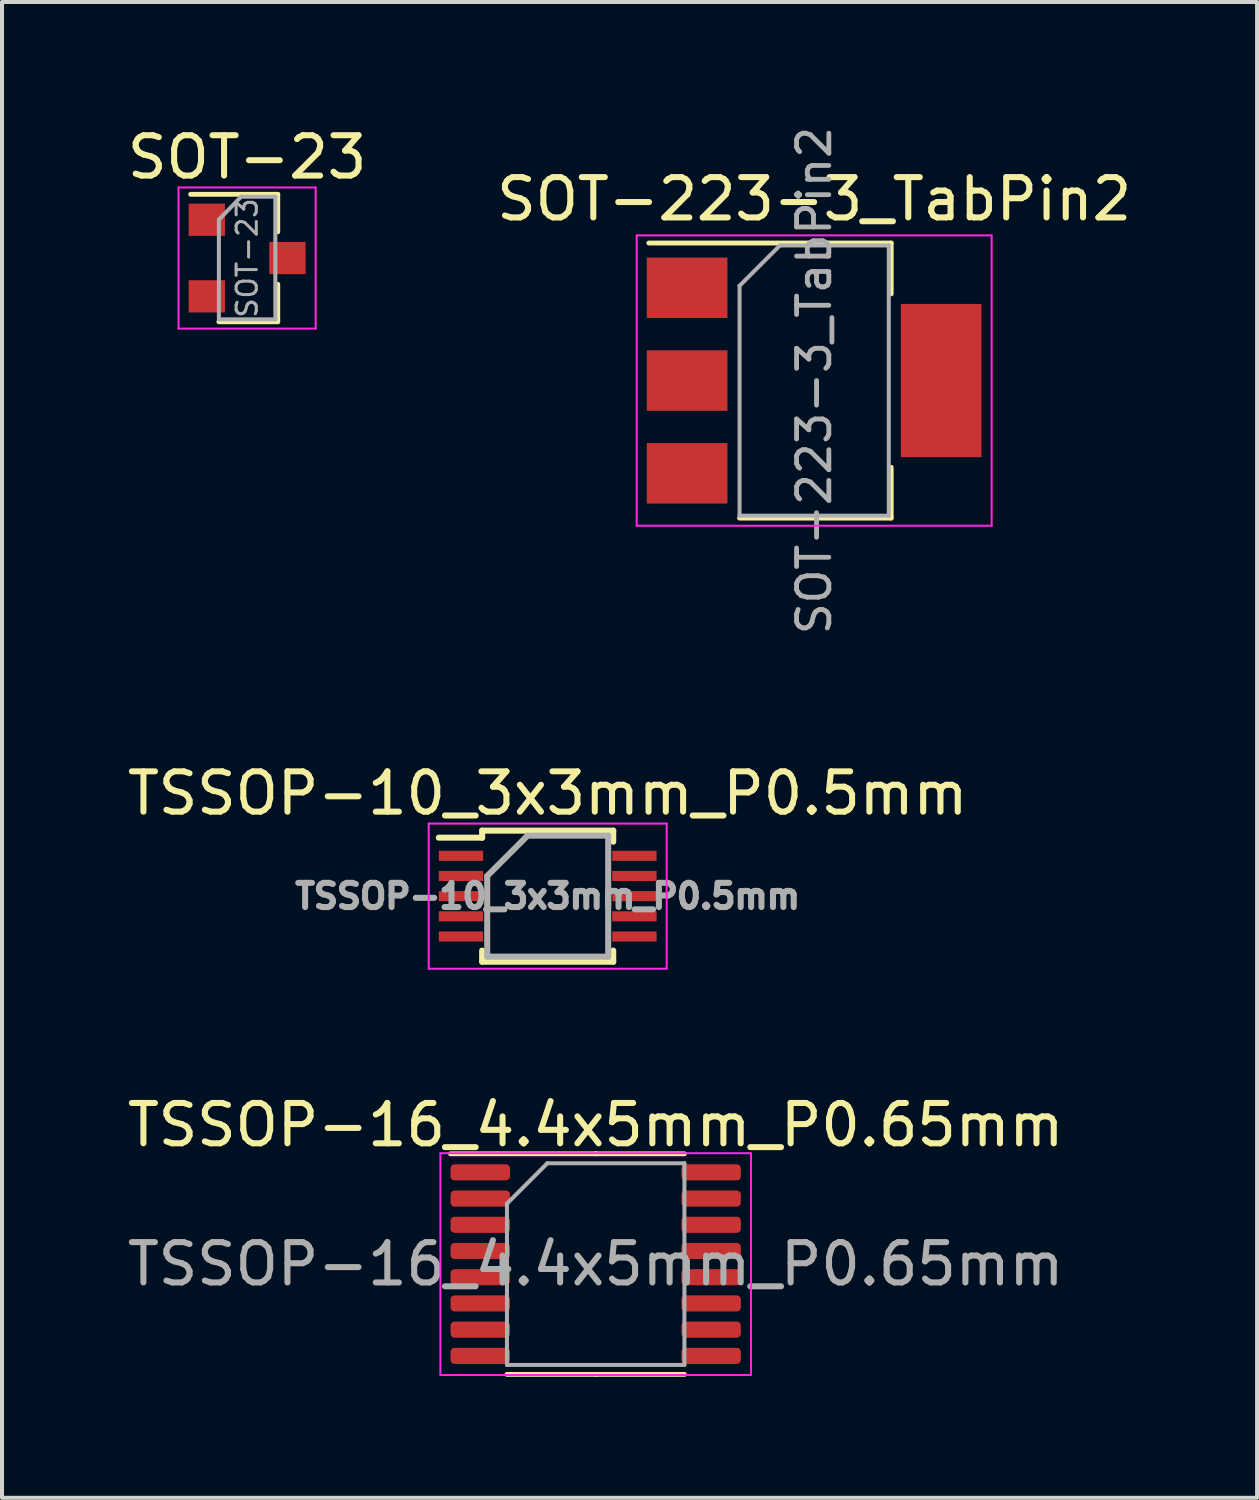
<source format=kicad_pcb>
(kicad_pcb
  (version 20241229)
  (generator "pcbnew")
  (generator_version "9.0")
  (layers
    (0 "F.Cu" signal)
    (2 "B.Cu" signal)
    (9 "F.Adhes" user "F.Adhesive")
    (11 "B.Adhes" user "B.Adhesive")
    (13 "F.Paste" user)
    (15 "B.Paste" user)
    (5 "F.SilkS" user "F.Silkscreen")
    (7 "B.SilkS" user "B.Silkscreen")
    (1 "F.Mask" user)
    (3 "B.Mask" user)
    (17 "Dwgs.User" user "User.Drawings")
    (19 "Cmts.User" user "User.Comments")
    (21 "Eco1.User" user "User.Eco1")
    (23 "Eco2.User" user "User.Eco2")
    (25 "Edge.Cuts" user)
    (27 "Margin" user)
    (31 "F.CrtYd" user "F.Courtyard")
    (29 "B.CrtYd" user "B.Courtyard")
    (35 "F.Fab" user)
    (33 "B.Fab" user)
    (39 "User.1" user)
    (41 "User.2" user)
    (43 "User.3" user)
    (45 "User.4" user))
  (footprint "SOT-223-3_TabPin2"
    (layer "F.Cu")
    (at 17.137 6.386)
    (property "Reference" "SOT-223-3_TabPin2" (at 0 -4.5 0) (layer "F.SilkS") (effects (font (size 1 1) (thickness 0.15))))
    (attr smd)
    (fp_line (start -4.1 -3.41) (end 1.91 -3.41) (stroke (width 0.12) (type solid)) (layer "F.SilkS"))
    (fp_line (start -1.85 3.41) (end 1.91 3.41) (stroke (width 0.12) (type solid)) (layer "F.SilkS"))
    (fp_line (start 1.91 -3.41) (end 1.91 -2.15) (stroke (width 0.12) (type solid)) (layer "F.SilkS"))
    (fp_line (start 1.91 3.41) (end 1.91 2.15) (stroke (width 0.12) (type solid)) (layer "F.SilkS"))
    (fp_line (start -4.4 -3.6) (end -4.4 3.6) (stroke (width 0.05) (type solid)) (layer "F.CrtYd"))
    (fp_line (start -4.4 3.6) (end 4.4 3.6) (stroke (width 0.05) (type solid)) (layer "F.CrtYd"))
    (fp_line (start 4.4 -3.6) (end -4.4 -3.6) (stroke (width 0.05) (type solid)) (layer "F.CrtYd"))
    (fp_line (start 4.4 3.6) (end 4.4 -3.6) (stroke (width 0.05) (type solid)) (layer "F.CrtYd"))
    (fp_line (start -1.85 -2.35) (end -1.85 3.35) (stroke (width 0.1) (type solid)) (layer "F.Fab"))
    (fp_line (start -1.85 -2.35) (end -0.85 -3.35) (stroke (width 0.1) (type solid)) (layer "F.Fab"))
    (fp_line (start -1.85 3.35) (end 1.85 3.35) (stroke (width 0.1) (type solid)) (layer "F.Fab"))
    (fp_line (start -0.85 -3.35) (end 1.85 -3.35) (stroke (width 0.1) (type solid)) (layer "F.Fab"))
    (fp_line (start 1.85 -3.35) (end 1.85 3.35) (stroke (width 0.1) (type solid)) (layer "F.Fab"))
    (fp_text user "${REFERENCE}" (at 0 0 90) (layer "F.Fab") (effects (font (size 0.8 0.8) (thickness 0.12))))
    (pad "1" smd rect (at -3.15 -2.3) (size 2 1.5) (layers "F.Cu" "F.Mask" "F.Paste"))
    (pad "2" smd rect (at -3.15 0) (size 2 1.5) (layers "F.Cu" "F.Mask" "F.Paste"))
    (pad "2" smd rect (at 3.15 0) (size 2 3.8) (layers "F.Cu" "F.Mask" "F.Paste"))
    (pad "3" smd rect (at -3.15 2.3) (size 2 1.5) (layers "F.Cu" "F.Mask" "F.Paste")))
  (footprint "TSSOP-10_3x3mm_P0.5mm"
    (layer "F.Cu")
    (at 10.53 19.17)
    (property "Reference" "TSSOP-10_3x3mm_P0.5mm" (at 0 -2.55 0) (layer "F.SilkS") (effects (font (size 1 1) (thickness 0.15))))
    (attr smd)
    (fp_line (start -1.625 -1.625) (end -1.625 -1.45) (stroke (width 0.15) (type solid)) (layer "F.SilkS"))
    (fp_line (start -1.625 -1.625) (end 1.625 -1.625) (stroke (width 0.15) (type solid)) (layer "F.SilkS"))
    (fp_line (start -1.625 -1.45) (end -2.7 -1.45) (stroke (width 0.15) (type solid)) (layer "F.SilkS"))
    (fp_line (start -1.625 1.625) (end -1.625 1.35) (stroke (width 0.15) (type solid)) (layer "F.SilkS"))
    (fp_line (start -1.625 1.625) (end 1.625 1.625) (stroke (width 0.15) (type solid)) (layer "F.SilkS"))
    (fp_line (start 1.625 -1.625) (end 1.625 -1.35) (stroke (width 0.15) (type solid)) (layer "F.SilkS"))
    (fp_line (start 1.625 1.625) (end 1.625 1.35) (stroke (width 0.15) (type solid)) (layer "F.SilkS"))
    (fp_line (start -2.95 -1.8) (end -2.95 1.8) (stroke (width 0.05) (type solid)) (layer "F.CrtYd"))
    (fp_line (start -2.95 -1.8) (end 2.95 -1.8) (stroke (width 0.05) (type solid)) (layer "F.CrtYd"))
    (fp_line (start -2.95 1.8) (end 2.95 1.8) (stroke (width 0.05) (type solid)) (layer "F.CrtYd"))
    (fp_line (start 2.95 -1.8) (end 2.95 1.8) (stroke (width 0.05) (type solid)) (layer "F.CrtYd"))
    (fp_line (start -1.5 -0.5) (end -0.5 -1.5) (stroke (width 0.15) (type solid)) (layer "F.Fab"))
    (fp_line (start -1.5 1.5) (end -1.5 -0.5) (stroke (width 0.15) (type solid)) (layer "F.Fab"))
    (fp_line (start -0.5 -1.5) (end 1.5 -1.5) (stroke (width 0.15) (type solid)) (layer "F.Fab"))
    (fp_line (start 1.5 -1.5) (end 1.5 1.5) (stroke (width 0.15) (type solid)) (layer "F.Fab"))
    (fp_line (start 1.5 1.5) (end -1.5 1.5) (stroke (width 0.15) (type solid)) (layer "F.Fab"))
    (fp_text user "${REFERENCE}" (at 0 0 0) (layer "F.Fab") (effects (font (size 0.6 0.6) (thickness 0.15))))
    (pad "1" smd rect (at -2.15 -1) (size 1.1 0.25) (layers "F.Cu" "F.Mask" "F.Paste"))
    (pad "2" smd rect (at -2.15 -0.5) (size 1.1 0.25) (layers "F.Cu" "F.Mask" "F.Paste"))
    (pad "3" smd rect (at -2.15 0) (size 1.1 0.25) (layers "F.Cu" "F.Mask" "F.Paste"))
    (pad "4" smd rect (at -2.15 0.5) (size 1.1 0.25) (layers "F.Cu" "F.Mask" "F.Paste"))
    (pad "5" smd rect (at -2.15 1) (size 1.1 0.25) (layers "F.Cu" "F.Mask" "F.Paste"))
    (pad "6" smd rect (at 2.15 1) (size 1.1 0.25) (layers "F.Cu" "F.Mask" "F.Paste"))
    (pad "7" smd rect (at 2.15 0.5) (size 1.1 0.25) (layers "F.Cu" "F.Mask" "F.Paste"))
    (pad "8" smd rect (at 2.15 0) (size 1.1 0.25) (layers "F.Cu" "F.Mask" "F.Paste"))
    (pad "9" smd rect (at 2.15 -0.5) (size 1.1 0.25) (layers "F.Cu" "F.Mask" "F.Paste"))
    (pad "10" smd rect (at 2.15 -1) (size 1.1 0.25) (layers "F.Cu" "F.Mask" "F.Paste")))
  (footprint "TSSOP-16_4.4x5mm_P0.65mm"
    (layer "F.Cu")
    (at 11.72 28.293)
    (property "Reference" "TSSOP-16_4.4x5mm_P0.65mm" (at 0 -3.45 0) (layer "F.SilkS") (effects (font (size 1 1) (thickness 0.15))))
    (attr smd)
    (fp_line (start 0 -2.735) (end -3.6 -2.735) (stroke (width 0.12) (type solid)) (layer "F.SilkS"))
    (fp_line (start 0 -2.735) (end 2.2 -2.735) (stroke (width 0.12) (type solid)) (layer "F.SilkS"))
    (fp_line (start 0 2.735) (end -2.2 2.735) (stroke (width 0.12) (type solid)) (layer "F.SilkS"))
    (fp_line (start 0 2.735) (end 2.2 2.735) (stroke (width 0.12) (type solid)) (layer "F.SilkS"))
    (fp_line (start -3.85 -2.75) (end -3.85 2.75) (stroke (width 0.05) (type solid)) (layer "F.CrtYd"))
    (fp_line (start -3.85 2.75) (end 3.85 2.75) (stroke (width 0.05) (type solid)) (layer "F.CrtYd"))
    (fp_line (start 3.85 -2.75) (end -3.85 -2.75) (stroke (width 0.05) (type solid)) (layer "F.CrtYd"))
    (fp_line (start 3.85 2.75) (end 3.85 -2.75) (stroke (width 0.05) (type solid)) (layer "F.CrtYd"))
    (fp_line (start -2.2 -1.5) (end -1.2 -2.5) (stroke (width 0.1) (type solid)) (layer "F.Fab"))
    (fp_line (start -2.2 2.5) (end -2.2 -1.5) (stroke (width 0.1) (type solid)) (layer "F.Fab"))
    (fp_line (start -1.2 -2.5) (end 2.2 -2.5) (stroke (width 0.1) (type solid)) (layer "F.Fab"))
    (fp_line (start 2.2 -2.5) (end 2.2 2.5) (stroke (width 0.1) (type solid)) (layer "F.Fab"))
    (fp_line (start 2.2 2.5) (end -2.2 2.5) (stroke (width 0.1) (type solid)) (layer "F.Fab"))
    (fp_text user "${REFERENCE}" (at 0 0 0) (layer "F.Fab") (effects (font (size 1 1) (thickness 0.15))))
    (pad "1" smd roundrect (at -2.862 -2.275) (size 1.475 0.4) (layers "F.Cu" "F.Mask" "F.Paste") (roundrect_rratio 0.25))
    (pad "2" smd roundrect (at -2.862 -1.625) (size 1.475 0.4) (layers "F.Cu" "F.Mask" "F.Paste") (roundrect_rratio 0.25))
    (pad "3" smd roundrect (at -2.862 -0.975) (size 1.475 0.4) (layers "F.Cu" "F.Mask" "F.Paste") (roundrect_rratio 0.25))
    (pad "4" smd roundrect (at -2.862 -0.325) (size 1.475 0.4) (layers "F.Cu" "F.Mask" "F.Paste") (roundrect_rratio 0.25))
    (pad "5" smd roundrect (at -2.862 0.325) (size 1.475 0.4) (layers "F.Cu" "F.Mask" "F.Paste") (roundrect_rratio 0.25))
    (pad "6" smd roundrect (at -2.862 0.975) (size 1.475 0.4) (layers "F.Cu" "F.Mask" "F.Paste") (roundrect_rratio 0.25))
    (pad "7" smd roundrect (at -2.862 1.625) (size 1.475 0.4) (layers "F.Cu" "F.Mask" "F.Paste") (roundrect_rratio 0.25))
    (pad "8" smd roundrect (at -2.862 2.275) (size 1.475 0.4) (layers "F.Cu" "F.Mask" "F.Paste") (roundrect_rratio 0.25))
    (pad "9" smd roundrect (at 2.862 2.275) (size 1.475 0.4) (layers "F.Cu" "F.Mask" "F.Paste") (roundrect_rratio 0.25))
    (pad "10" smd roundrect (at 2.862 1.625) (size 1.475 0.4) (layers "F.Cu" "F.Mask" "F.Paste") (roundrect_rratio 0.25))
    (pad "11" smd roundrect (at 2.862 0.975) (size 1.475 0.4) (layers "F.Cu" "F.Mask" "F.Paste") (roundrect_rratio 0.25))
    (pad "12" smd roundrect (at 2.862 0.325) (size 1.475 0.4) (layers "F.Cu" "F.Mask" "F.Paste") (roundrect_rratio 0.25))
    (pad "13" smd roundrect (at 2.862 -0.325) (size 1.475 0.4) (layers "F.Cu" "F.Mask" "F.Paste") (roundrect_rratio 0.25))
    (pad "14" smd roundrect (at 2.862 -0.975) (size 1.475 0.4) (layers "F.Cu" "F.Mask" "F.Paste") (roundrect_rratio 0.25))
    (pad "15" smd roundrect (at 2.862 -1.625) (size 1.475 0.4) (layers "F.Cu" "F.Mask" "F.Paste") (roundrect_rratio 0.25))
    (pad "16" smd roundrect (at 2.862 -2.275) (size 1.475 0.4) (layers "F.Cu" "F.Mask" "F.Paste") (roundrect_rratio 0.25)))
  (footprint "SOT-23"
    (layer "F.Cu")
    (at 3.077 3.348)
    (property "Reference" "SOT-23" (at 0 -2.5 0) (layer "F.SilkS") (effects (font (size 1 1) (thickness 0.15))))
    (attr smd)
    (fp_line (start 0.76 -1.58) (end -1.4 -1.58) (stroke (width 0.12) (type solid)) (layer "F.SilkS"))
    (fp_line (start 0.76 -1.58) (end 0.76 -0.65) (stroke (width 0.12) (type solid)) (layer "F.SilkS"))
    (fp_line (start 0.76 1.58) (end -0.7 1.58) (stroke (width 0.12) (type solid)) (layer "F.SilkS"))
    (fp_line (start 0.76 1.58) (end 0.76 0.65) (stroke (width 0.12) (type solid)) (layer "F.SilkS"))
    (fp_line (start -1.7 -1.75) (end 1.7 -1.75) (stroke (width 0.05) (type solid)) (layer "F.CrtYd"))
    (fp_line (start -1.7 1.75) (end -1.7 -1.75) (stroke (width 0.05) (type solid)) (layer "F.CrtYd"))
    (fp_line (start 1.7 -1.75) (end 1.7 1.75) (stroke (width 0.05) (type solid)) (layer "F.CrtYd"))
    (fp_line (start 1.7 1.75) (end -1.7 1.75) (stroke (width 0.05) (type solid)) (layer "F.CrtYd"))
    (fp_line (start -0.7 -0.95) (end -0.7 1.5) (stroke (width 0.1) (type solid)) (layer "F.Fab"))
    (fp_line (start -0.7 -0.95) (end -0.15 -1.52) (stroke (width 0.1) (type solid)) (layer "F.Fab"))
    (fp_line (start -0.7 1.52) (end 0.7 1.52) (stroke (width 0.1) (type solid)) (layer "F.Fab"))
    (fp_line (start -0.15 -1.52) (end 0.7 -1.52) (stroke (width 0.1) (type solid)) (layer "F.Fab"))
    (fp_line (start 0.7 -1.52) (end 0.7 1.52) (stroke (width 0.1) (type solid)) (layer "F.Fab"))
    (fp_text user "${REFERENCE}" (at 0 0 90) (layer "F.Fab") (effects (font (size 0.5 0.5) (thickness 0.075))))
    (pad "1" smd rect (at -1 -0.95) (size 0.9 0.8) (layers "F.Cu" "F.Mask" "F.Paste"))
    (pad "2" smd rect (at -1 0.95) (size 0.9 0.8) (layers "F.Cu" "F.Mask" "F.Paste"))
    (pad "3" smd rect (at 1 0) (size 0.9 0.8) (layers "F.Cu" "F.Mask" "F.Paste")))
  (gr_rect
    (start -3 -3)
    (end 28.119 34.088)
    (stroke (width 0.1) (type default))
    (fill no)
    (layer "Edge.Cuts")))
</source>
